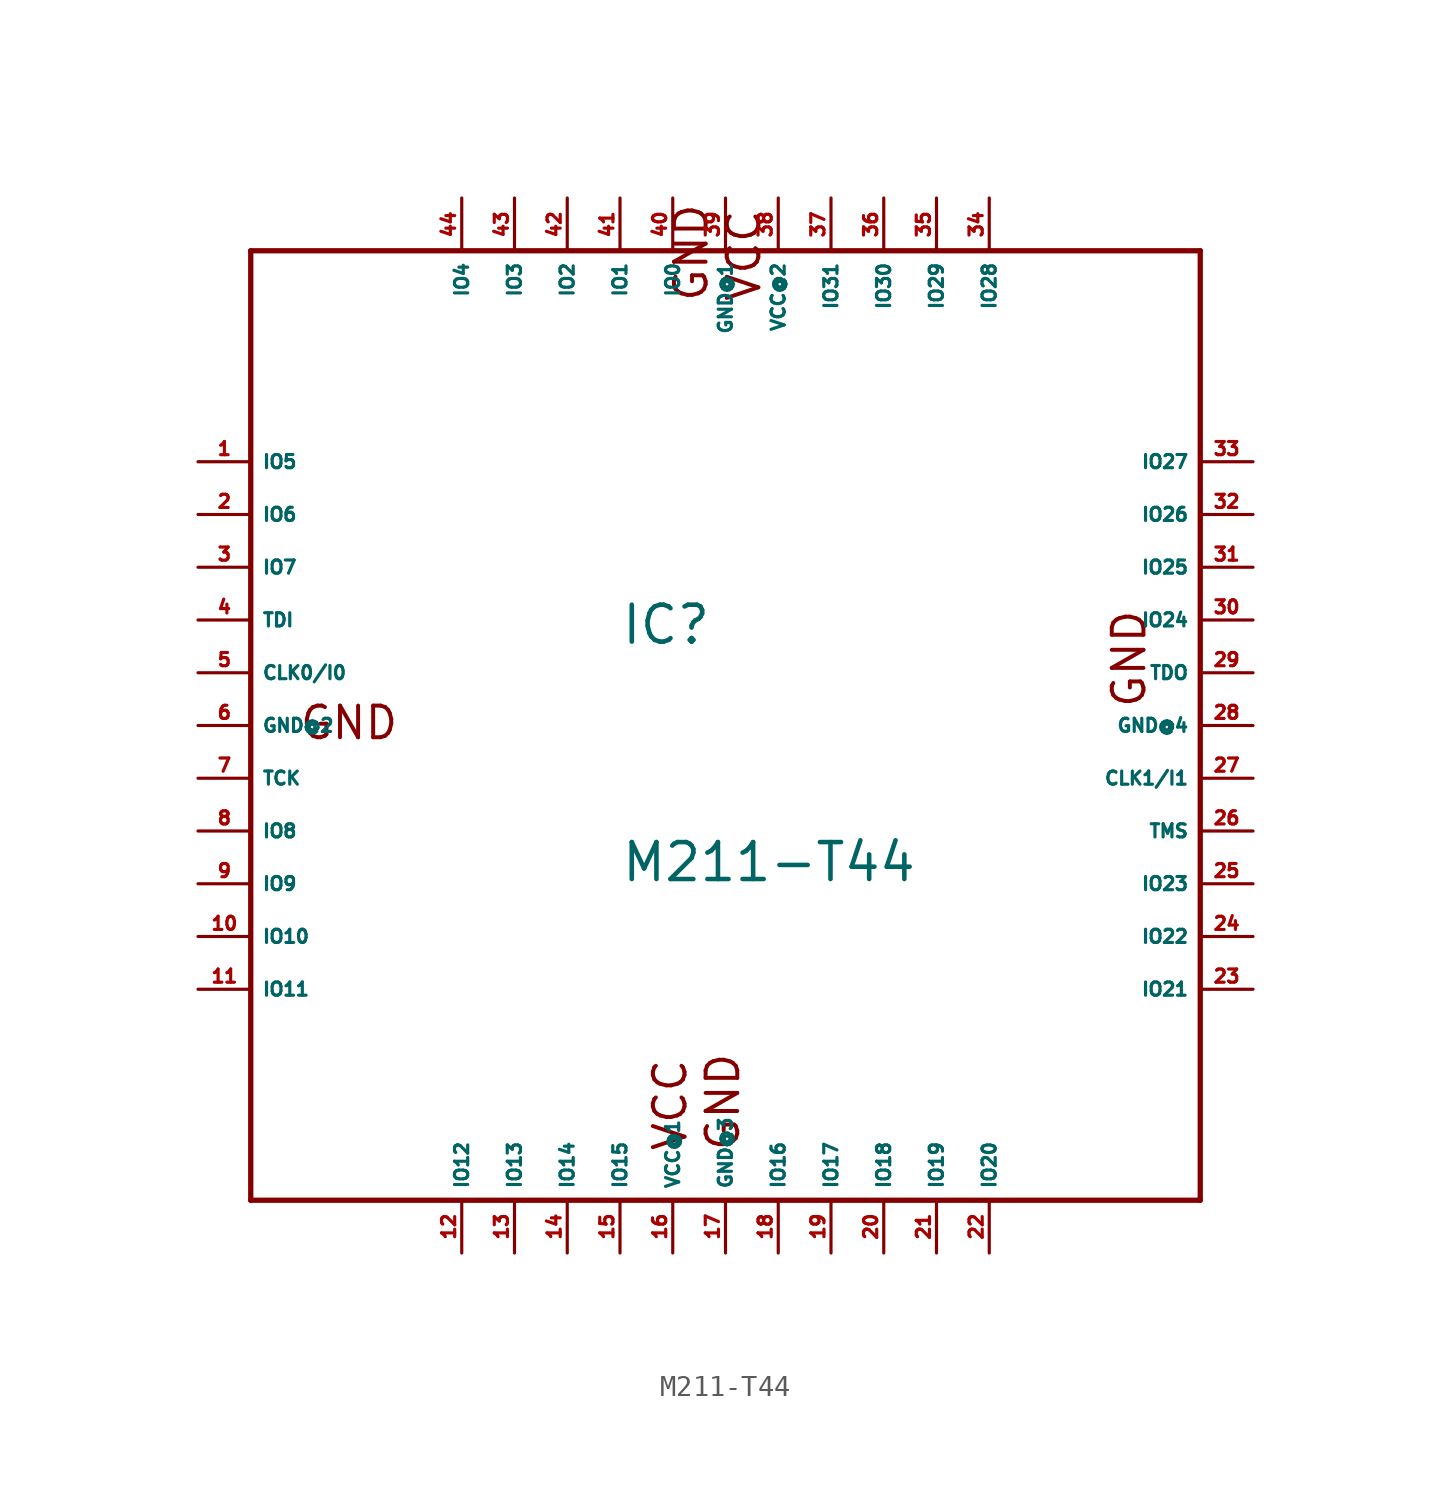
<source format=kicad_sym>
(kicad_symbol_lib
  (version 20220914)
  (generator Eagle2Kicad)
  (symbol "M211-T44"
    (property "Reference" "IC"
      (at -5.08 3.81 0)
      (effects (font (size 1.778 1.778) (thickness 0.22)) (justify left bottom)))
    (property "Value" "M211-T44"
      (at -5.08 -7.62 0)
      (effects (font (size 1.778 1.778) (thickness 0.22)) (justify left bottom)))
    (polyline
      (pts (xy -22.86 22.86) (xy -22.86 -22.86))
      (stroke (width 0.254) (type default))
      (fill (type none)))
    (polyline
      (pts (xy -22.86 -22.86) (xy 22.86 -22.86))
      (stroke (width 0.254) (type default))
      (fill (type none)))
    (polyline
      (pts (xy 22.86 -22.86) (xy 22.86 22.86))
      (stroke (width 0.254) (type default))
      (fill (type none)))
    (polyline
      (pts (xy 22.86 22.86) (xy -22.86 22.86))
      (stroke (width 0.254) (type default))
      (fill (type none)))
    (text "GND"
      (at -20.574 -0.762 0)
      (effects (font (size 1.524 1.524) (thickness 0.19)) (justify left bottom)))
    (text "GND"
      (at 0.762 -20.574 900)
      (effects (font (size 1.524 1.524) (thickness 0.19)) (justify left bottom)))
    (text "GND"
      (at 20.32 0.762 1800)
      (effects (font (size 1.524 1.524) (thickness 0.19)) (justify left bottom)))
    (text "GND"
      (at -0.762 20.32 2700)
      (effects (font (size 1.524 1.524) (thickness 0.19)) (justify left bottom)))
    (text "VCC"
      (at 1.778 20.32 2700)
      (effects (font (size 1.524 1.524) (thickness 0.19)) (justify left bottom)))
    (text "VCC"
      (at -1.778 -20.574 900)
      (effects (font (size 1.524 1.524) (thickness 0.19)) (justify left bottom)))
    (pin input line
      (at -25.4 2.54 0)
      (length 2.54)
      (name "CLK0/I0" (effects (font (size 0.635 0.635) (thickness 0.08)) (justify left bottom)))
      (number "5" (effects (font (size 0.635 0.635) (thickness 0.08)) (justify left bottom))))
    (pin input line
      (at 25.4 -2.54 180)
      (length 2.54)
      (name "CLK1/I1" (effects (font (size 0.635 0.635) (thickness 0.08)) (justify left bottom)))
      (number "27" (effects (font (size 0.635 0.635) (thickness 0.08)) (justify left bottom))))
    (pin input line
      (at -25.4 5.08 0)
      (length 2.54)
      (name "TDI" (effects (font (size 0.635 0.635) (thickness 0.08)) (justify left bottom)))
      (number "4" (effects (font (size 0.635 0.635) (thickness 0.08)) (justify left bottom))))
    (pin input line
      (at -25.4 -2.54 0)
      (length 2.54)
      (name "TCK" (effects (font (size 0.635 0.635) (thickness 0.08)) (justify left bottom)))
      (number "7" (effects (font (size 0.635 0.635) (thickness 0.08)) (justify left bottom))))
    (pin input line
      (at 25.4 -5.08 180)
      (length 2.54)
      (name "TMS" (effects (font (size 0.635 0.635) (thickness 0.08)) (justify left bottom)))
      (number "26" (effects (font (size 0.635 0.635) (thickness 0.08)) (justify left bottom))))
    (pin output line
      (at 25.4 2.54 180)
      (length 2.54)
      (name "TDO" (effects (font (size 0.635 0.635) (thickness 0.08)) (justify left bottom)))
      (number "29" (effects (font (size 0.635 0.635) (thickness 0.08)) (justify left bottom))))
    (pin bidirectional line
      (at -2.54 25.4 270)
      (length 2.54)
      (name "IO0" (effects (font (size 0.635 0.635) (thickness 0.08)) (justify left bottom)))
      (number "40" (effects (font (size 0.635 0.635) (thickness 0.08)) (justify left bottom))))
    (pin bidirectional line
      (at -5.08 25.4 270)
      (length 2.54)
      (name "IO1" (effects (font (size 0.635 0.635) (thickness 0.08)) (justify left bottom)))
      (number "41" (effects (font (size 0.635 0.635) (thickness 0.08)) (justify left bottom))))
    (pin bidirectional line
      (at -7.62 25.4 270)
      (length 2.54)
      (name "IO2" (effects (font (size 0.635 0.635) (thickness 0.08)) (justify left bottom)))
      (number "42" (effects (font (size 0.635 0.635) (thickness 0.08)) (justify left bottom))))
    (pin bidirectional line
      (at -10.16 25.4 270)
      (length 2.54)
      (name "IO3" (effects (font (size 0.635 0.635) (thickness 0.08)) (justify left bottom)))
      (number "43" (effects (font (size 0.635 0.635) (thickness 0.08)) (justify left bottom))))
    (pin bidirectional line
      (at -12.7 25.4 270)
      (length 2.54)
      (name "IO4" (effects (font (size 0.635 0.635) (thickness 0.08)) (justify left bottom)))
      (number "44" (effects (font (size 0.635 0.635) (thickness 0.08)) (justify left bottom))))
    (pin bidirectional line
      (at -25.4 12.7 0)
      (length 2.54)
      (name "IO5" (effects (font (size 0.635 0.635) (thickness 0.08)) (justify left bottom)))
      (number "1" (effects (font (size 0.635 0.635) (thickness 0.08)) (justify left bottom))))
    (pin bidirectional line
      (at -25.4 10.16 0)
      (length 2.54)
      (name "IO6" (effects (font (size 0.635 0.635) (thickness 0.08)) (justify left bottom)))
      (number "2" (effects (font (size 0.635 0.635) (thickness 0.08)) (justify left bottom))))
    (pin bidirectional line
      (at -25.4 7.62 0)
      (length 2.54)
      (name "IO7" (effects (font (size 0.635 0.635) (thickness 0.08)) (justify left bottom)))
      (number "3" (effects (font (size 0.635 0.635) (thickness 0.08)) (justify left bottom))))
    (pin bidirectional line
      (at -25.4 -5.08 0)
      (length 2.54)
      (name "IO8" (effects (font (size 0.635 0.635) (thickness 0.08)) (justify left bottom)))
      (number "8" (effects (font (size 0.635 0.635) (thickness 0.08)) (justify left bottom))))
    (pin bidirectional line
      (at -25.4 -7.62 0)
      (length 2.54)
      (name "IO9" (effects (font (size 0.635 0.635) (thickness 0.08)) (justify left bottom)))
      (number "9" (effects (font (size 0.635 0.635) (thickness 0.08)) (justify left bottom))))
    (pin bidirectional line
      (at -25.4 -10.16 0)
      (length 2.54)
      (name "IO10" (effects (font (size 0.635 0.635) (thickness 0.08)) (justify left bottom)))
      (number "10" (effects (font (size 0.635 0.635) (thickness 0.08)) (justify left bottom))))
    (pin bidirectional line
      (at -25.4 -12.7 0)
      (length 2.54)
      (name "IO11" (effects (font (size 0.635 0.635) (thickness 0.08)) (justify left bottom)))
      (number "11" (effects (font (size 0.635 0.635) (thickness 0.08)) (justify left bottom))))
    (pin bidirectional line
      (at -12.7 -25.4 90)
      (length 2.54)
      (name "IO12" (effects (font (size 0.635 0.635) (thickness 0.08)) (justify left bottom)))
      (number "12" (effects (font (size 0.635 0.635) (thickness 0.08)) (justify left bottom))))
    (pin bidirectional line
      (at -10.16 -25.4 90)
      (length 2.54)
      (name "IO13" (effects (font (size 0.635 0.635) (thickness 0.08)) (justify left bottom)))
      (number "13" (effects (font (size 0.635 0.635) (thickness 0.08)) (justify left bottom))))
    (pin bidirectional line
      (at -7.62 -25.4 90)
      (length 2.54)
      (name "IO14" (effects (font (size 0.635 0.635) (thickness 0.08)) (justify left bottom)))
      (number "14" (effects (font (size 0.635 0.635) (thickness 0.08)) (justify left bottom))))
    (pin bidirectional line
      (at -5.08 -25.4 90)
      (length 2.54)
      (name "IO15" (effects (font (size 0.635 0.635) (thickness 0.08)) (justify left bottom)))
      (number "15" (effects (font (size 0.635 0.635) (thickness 0.08)) (justify left bottom))))
    (pin bidirectional line
      (at 2.54 -25.4 90)
      (length 2.54)
      (name "IO16" (effects (font (size 0.635 0.635) (thickness 0.08)) (justify left bottom)))
      (number "18" (effects (font (size 0.635 0.635) (thickness 0.08)) (justify left bottom))))
    (pin bidirectional line
      (at 5.08 -25.4 90)
      (length 2.54)
      (name "IO17" (effects (font (size 0.635 0.635) (thickness 0.08)) (justify left bottom)))
      (number "19" (effects (font (size 0.635 0.635) (thickness 0.08)) (justify left bottom))))
    (pin bidirectional line
      (at 7.62 -25.4 90)
      (length 2.54)
      (name "IO18" (effects (font (size 0.635 0.635) (thickness 0.08)) (justify left bottom)))
      (number "20" (effects (font (size 0.635 0.635) (thickness 0.08)) (justify left bottom))))
    (pin bidirectional line
      (at 10.16 -25.4 90)
      (length 2.54)
      (name "IO19" (effects (font (size 0.635 0.635) (thickness 0.08)) (justify left bottom)))
      (number "21" (effects (font (size 0.635 0.635) (thickness 0.08)) (justify left bottom))))
    (pin bidirectional line
      (at 12.7 -25.4 90)
      (length 2.54)
      (name "IO20" (effects (font (size 0.635 0.635) (thickness 0.08)) (justify left bottom)))
      (number "22" (effects (font (size 0.635 0.635) (thickness 0.08)) (justify left bottom))))
    (pin bidirectional line
      (at 25.4 -12.7 180)
      (length 2.54)
      (name "IO21" (effects (font (size 0.635 0.635) (thickness 0.08)) (justify left bottom)))
      (number "23" (effects (font (size 0.635 0.635) (thickness 0.08)) (justify left bottom))))
    (pin bidirectional line
      (at 25.4 -10.16 180)
      (length 2.54)
      (name "IO22" (effects (font (size 0.635 0.635) (thickness 0.08)) (justify left bottom)))
      (number "24" (effects (font (size 0.635 0.635) (thickness 0.08)) (justify left bottom))))
    (pin bidirectional line
      (at 25.4 -7.62 180)
      (length 2.54)
      (name "IO23" (effects (font (size 0.635 0.635) (thickness 0.08)) (justify left bottom)))
      (number "25" (effects (font (size 0.635 0.635) (thickness 0.08)) (justify left bottom))))
    (pin bidirectional line
      (at 25.4 5.08 180)
      (length 2.54)
      (name "IO24" (effects (font (size 0.635 0.635) (thickness 0.08)) (justify left bottom)))
      (number "30" (effects (font (size 0.635 0.635) (thickness 0.08)) (justify left bottom))))
    (pin bidirectional line
      (at 25.4 7.62 180)
      (length 2.54)
      (name "IO25" (effects (font (size 0.635 0.635) (thickness 0.08)) (justify left bottom)))
      (number "31" (effects (font (size 0.635 0.635) (thickness 0.08)) (justify left bottom))))
    (pin bidirectional line
      (at 25.4 10.16 180)
      (length 2.54)
      (name "IO26" (effects (font (size 0.635 0.635) (thickness 0.08)) (justify left bottom)))
      (number "32" (effects (font (size 0.635 0.635) (thickness 0.08)) (justify left bottom))))
    (pin bidirectional line
      (at 25.4 12.7 180)
      (length 2.54)
      (name "IO27" (effects (font (size 0.635 0.635) (thickness 0.08)) (justify left bottom)))
      (number "33" (effects (font (size 0.635 0.635) (thickness 0.08)) (justify left bottom))))
    (pin bidirectional line
      (at 12.7 25.4 270)
      (length 2.54)
      (name "IO28" (effects (font (size 0.635 0.635) (thickness 0.08)) (justify left bottom)))
      (number "34" (effects (font (size 0.635 0.635) (thickness 0.08)) (justify left bottom))))
    (pin bidirectional line
      (at 10.16 25.4 270)
      (length 2.54)
      (name "IO29" (effects (font (size 0.635 0.635) (thickness 0.08)) (justify left bottom)))
      (number "35" (effects (font (size 0.635 0.635) (thickness 0.08)) (justify left bottom))))
    (pin bidirectional line
      (at 7.62 25.4 270)
      (length 2.54)
      (name "IO30" (effects (font (size 0.635 0.635) (thickness 0.08)) (justify left bottom)))
      (number "36" (effects (font (size 0.635 0.635) (thickness 0.08)) (justify left bottom))))
    (pin bidirectional line
      (at 5.08 25.4 270)
      (length 2.54)
      (name "IO31" (effects (font (size 0.635 0.635) (thickness 0.08)) (justify left bottom)))
      (number "37" (effects (font (size 0.635 0.635) (thickness 0.08)) (justify left bottom))))
    (pin unspecified line
      (at 0 25.4 270)
      (length 2.54)
      (name "GND@1" (effects (font (size 0.635 0.635) (thickness 0.08)) (justify left bottom)))
      (number "39" (effects (font (size 0.635 0.635) (thickness 0.08)) (justify left bottom))))
    (pin unspecified line
      (at -25.4 0 0)
      (length 2.54)
      (name "GND@2" (effects (font (size 0.635 0.635) (thickness 0.08)) (justify left bottom)))
      (number "6" (effects (font (size 0.635 0.635) (thickness 0.08)) (justify left bottom))))
    (pin unspecified line
      (at 0 -25.4 90)
      (length 2.54)
      (name "GND@3" (effects (font (size 0.635 0.635) (thickness 0.08)) (justify left bottom)))
      (number "17" (effects (font (size 0.635 0.635) (thickness 0.08)) (justify left bottom))))
    (pin unspecified line
      (at 25.4 0 180)
      (length 2.54)
      (name "GND@4" (effects (font (size 0.635 0.635) (thickness 0.08)) (justify left bottom)))
      (number "28" (effects (font (size 0.635 0.635) (thickness 0.08)) (justify left bottom))))
    (pin unspecified line
      (at -2.54 -25.4 90)
      (length 2.54)
      (name "VCC@1" (effects (font (size 0.635 0.635) (thickness 0.08)) (justify left bottom)))
      (number "16" (effects (font (size 0.635 0.635) (thickness 0.08)) (justify left bottom))))
    (pin unspecified line
      (at 2.54 25.4 270)
      (length 2.54)
      (name "VCC@2" (effects (font (size 0.635 0.635) (thickness 0.08)) (justify left bottom)))
      (number "38" (effects (font (size 0.635 0.635) (thickness 0.08)) (justify left bottom))))))
</source>
